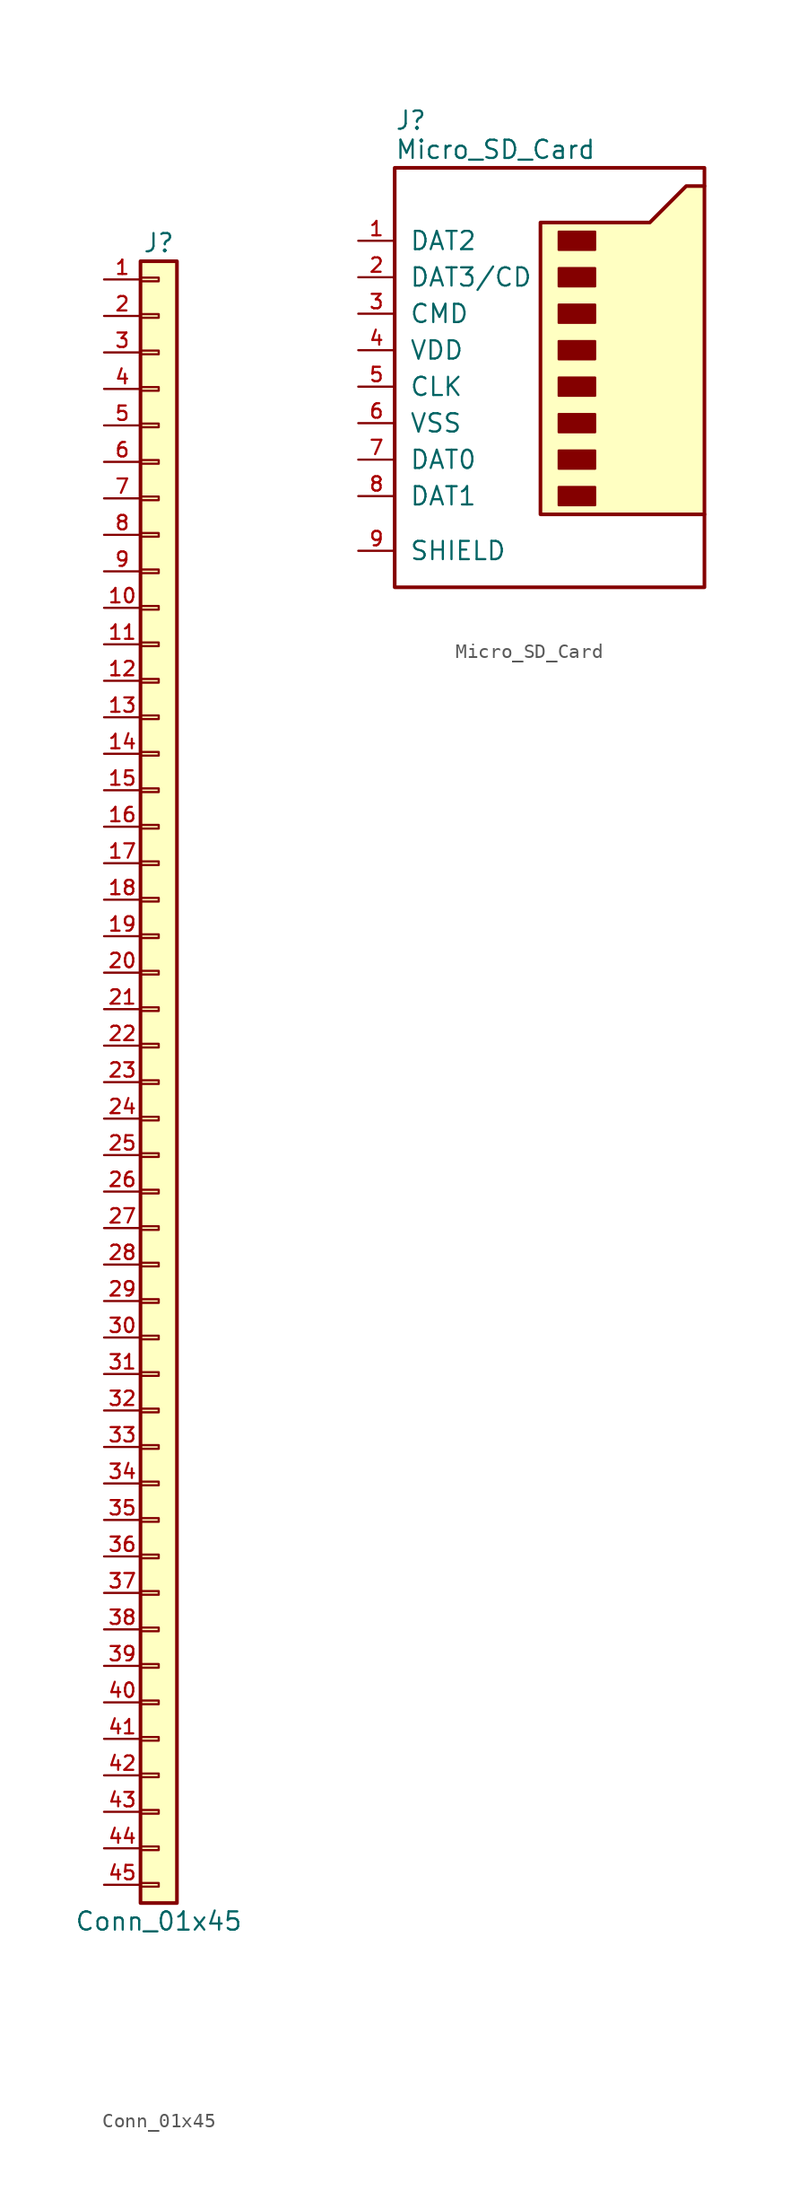
<source format=kicad_sym>
(kicad_symbol_lib
  (version 20231120)
  (generator "kicad_symbol_editor")
  (generator_version "8.0")
  (symbol "Conn_01x45"
    (pin_names
      (offset 1.016) hide)
    (property "Reference" "J"
      (at 1.27 50.8 0)
      (effects (font (size 1.27 1.27))))
    (property "Value" "Conn_01x45"
      (at 1.27 -66.04 0)
      (effects (font (size 1.27 1.27))))
    (symbol "Conn_01x45_1_1"
      (rectangle (start 0 -63.373) (end 1.27 -63.627) (stroke (width 0.152) (type default)) (fill (type none)))
      (rectangle (start 0 -60.833) (end 1.27 -61.087) (stroke (width 0.152) (type default)) (fill (type none)))
      (rectangle (start 0 -58.293) (end 1.27 -58.547) (stroke (width 0.152) (type default)) (fill (type none)))
      (rectangle (start 0 -55.753) (end 1.27 -56.007) (stroke (width 0.152) (type default)) (fill (type none)))
      (rectangle (start 0 -53.213) (end 1.27 -53.467) (stroke (width 0.152) (type default)) (fill (type none)))
      (rectangle (start 0 -50.673) (end 1.27 -50.927) (stroke (width 0.152) (type default)) (fill (type none)))
      (rectangle (start 0 -48.133) (end 1.27 -48.387) (stroke (width 0.152) (type default)) (fill (type none)))
      (rectangle (start 0 -45.593) (end 1.27 -45.847) (stroke (width 0.152) (type default)) (fill (type none)))
      (rectangle (start 0 -43.053) (end 1.27 -43.307) (stroke (width 0.152) (type default)) (fill (type none)))
      (rectangle (start 0 -40.513) (end 1.27 -40.767) (stroke (width 0.152) (type default)) (fill (type none)))
      (rectangle (start 0 -37.973) (end 1.27 -38.227) (stroke (width 0.152) (type default)) (fill (type none)))
      (rectangle (start 0 -35.433) (end 1.27 -35.687) (stroke (width 0.152) (type default)) (fill (type none)))
      (rectangle (start 0 -32.893) (end 1.27 -33.147) (stroke (width 0.152) (type default)) (fill (type none)))
      (rectangle (start 0 -30.353) (end 1.27 -30.607) (stroke (width 0.152) (type default)) (fill (type none)))
      (rectangle (start 0 -27.813) (end 1.27 -28.067) (stroke (width 0.152) (type default)) (fill (type none)))
      (rectangle (start 0 -25.273) (end 1.27 -25.527) (stroke (width 0.152) (type default)) (fill (type none)))
      (rectangle (start 0 -22.733) (end 1.27 -22.987) (stroke (width 0.152) (type default)) (fill (type none)))
      (rectangle (start 0 -20.193) (end 1.27 -20.447) (stroke (width 0.152) (type default)) (fill (type none)))
      (rectangle (start 0 -17.653) (end 1.27 -17.907) (stroke (width 0.152) (type default)) (fill (type none)))
      (rectangle (start 0 -15.113) (end 1.27 -15.367) (stroke (width 0.152) (type default)) (fill (type none)))
      (rectangle (start 0 -12.573) (end 1.27 -12.827) (stroke (width 0.152) (type default)) (fill (type none)))
      (rectangle (start 0 -10.033) (end 1.27 -10.287) (stroke (width 0.152) (type default)) (fill (type none)))
      (rectangle (start 0 -7.493) (end 1.27 -7.747) (stroke (width 0.152) (type default)) (fill (type none)))
      (rectangle (start 0 -4.953) (end 1.27 -5.207) (stroke (width 0.152) (type default)) (fill (type none)))
      (rectangle (start 0 -2.413) (end 1.27 -2.667) (stroke (width 0.152) (type default)) (fill (type none)))
      (rectangle (start 0 0.127) (end 1.27 -0.127) (stroke (width 0.152) (type default)) (fill (type none)))
      (rectangle (start 0 2.667) (end 1.27 2.413) (stroke (width 0.152) (type default)) (fill (type none)))
      (rectangle (start 0 5.207) (end 1.27 4.953) (stroke (width 0.152) (type default)) (fill (type none)))
      (rectangle (start 0 7.747) (end 1.27 7.493) (stroke (width 0.152) (type default)) (fill (type none)))
      (rectangle (start 0 10.287) (end 1.27 10.033) (stroke (width 0.152) (type default)) (fill (type none)))
      (rectangle (start 0 12.827) (end 1.27 12.573) (stroke (width 0.152) (type default)) (fill (type none)))
      (rectangle (start 0 15.367) (end 1.27 15.113) (stroke (width 0.152) (type default)) (fill (type none)))
      (rectangle (start 0 17.907) (end 1.27 17.653) (stroke (width 0.152) (type default)) (fill (type none)))
      (rectangle (start 0 20.447) (end 1.27 20.193) (stroke (width 0.152) (type default)) (fill (type none)))
      (rectangle (start 0 22.987) (end 1.27 22.733) (stroke (width 0.152) (type default)) (fill (type none)))
      (rectangle (start 0 25.527) (end 1.27 25.273) (stroke (width 0.152) (type default)) (fill (type none)))
      (rectangle (start 0 28.067) (end 1.27 27.813) (stroke (width 0.152) (type default)) (fill (type none)))
      (rectangle (start 0 30.607) (end 1.27 30.353) (stroke (width 0.152) (type default)) (fill (type none)))
      (rectangle (start 0 33.147) (end 1.27 32.893) (stroke (width 0.152) (type default)) (fill (type none)))
      (rectangle (start 0 35.687) (end 1.27 35.433) (stroke (width 0.152) (type default)) (fill (type none)))
      (rectangle (start 0 38.227) (end 1.27 37.973) (stroke (width 0.152) (type default)) (fill (type none)))
      (rectangle (start 0 40.767) (end 1.27 40.513) (stroke (width 0.152) (type default)) (fill (type none)))
      (rectangle (start 0 43.307) (end 1.27 43.053) (stroke (width 0.152) (type default)) (fill (type none)))
      (rectangle (start 0 45.847) (end 1.27 45.593) (stroke (width 0.152) (type default)) (fill (type none)))
      (rectangle (start 0 48.387) (end 1.27 48.133) (stroke (width 0.152) (type default)) (fill (type none)))
      (rectangle (start 0 49.53) (end 2.54 -64.77) (stroke (width 0.254) (type default)) (fill (type background)))
      (pin passive line (at -2.54 48.26 0) (length 2.54) (name "Pin_1" (effects (font (size 1.27 1.27)))) (number "1" (effects (font (size 1 1)))))
      (pin passive line (at -2.54 25.4 0) (length 2.54) (name "Pin_10" (effects (font (size 1.27 1.27)))) (number "10" (effects (font (size 1 1)))))
      (pin passive line (at -2.54 22.86 0) (length 2.54) (name "Pin_11" (effects (font (size 1.27 1.27)))) (number "11" (effects (font (size 1 1)))))
      (pin passive line (at -2.54 20.32 0) (length 2.54) (name "Pin_12" (effects (font (size 1.27 1.27)))) (number "12" (effects (font (size 1 1)))))
      (pin passive line (at -2.54 17.78 0) (length 2.54) (name "Pin_13" (effects (font (size 1.27 1.27)))) (number "13" (effects (font (size 1 1)))))
      (pin passive line (at -2.54 15.24 0) (length 2.54) (name "Pin_14" (effects (font (size 1.27 1.27)))) (number "14" (effects (font (size 1 1)))))
      (pin passive line (at -2.54 12.7 0) (length 2.54) (name "Pin_15" (effects (font (size 1.27 1.27)))) (number "15" (effects (font (size 1 1)))))
      (pin passive line (at -2.54 10.16 0) (length 2.54) (name "Pin_16" (effects (font (size 1.27 1.27)))) (number "16" (effects (font (size 1 1)))))
      (pin passive line (at -2.54 7.62 0) (length 2.54) (name "Pin_17" (effects (font (size 1.27 1.27)))) (number "17" (effects (font (size 1 1)))))
      (pin passive line (at -2.54 5.08 0) (length 2.54) (name "Pin_18" (effects (font (size 1.27 1.27)))) (number "18" (effects (font (size 1 1)))))
      (pin passive line (at -2.54 2.54 0) (length 2.54) (name "Pin_19" (effects (font (size 1.27 1.27)))) (number "19" (effects (font (size 1 1)))))
      (pin passive line (at -2.54 45.72 0) (length 2.54) (name "Pin_2" (effects (font (size 1.27 1.27)))) (number "2" (effects (font (size 1 1)))))
      (pin passive line (at -2.54 0 0) (length 2.54) (name "Pin_20" (effects (font (size 1.27 1.27)))) (number "20" (effects (font (size 1 1)))))
      (pin passive line (at -2.54 -2.54 0) (length 2.54) (name "Pin_21" (effects (font (size 1.27 1.27)))) (number "21" (effects (font (size 1 1)))))
      (pin passive line (at -2.54 -5.08 0) (length 2.54) (name "Pin_22" (effects (font (size 1.27 1.27)))) (number "22" (effects (font (size 1 1)))))
      (pin passive line (at -2.54 -7.62 0) (length 2.54) (name "Pin_23" (effects (font (size 1.27 1.27)))) (number "23" (effects (font (size 1 1)))))
      (pin passive line (at -2.54 -10.16 0) (length 2.54) (name "Pin_24" (effects (font (size 1.27 1.27)))) (number "24" (effects (font (size 1 1)))))
      (pin passive line (at -2.54 -12.7 0) (length 2.54) (name "Pin_25" (effects (font (size 1.27 1.27)))) (number "25" (effects (font (size 1 1)))))
      (pin passive line (at -2.54 -15.24 0) (length 2.54) (name "Pin_26" (effects (font (size 1.27 1.27)))) (number "26" (effects (font (size 1 1)))))
      (pin passive line (at -2.54 -17.78 0) (length 2.54) (name "Pin_27" (effects (font (size 1.27 1.27)))) (number "27" (effects (font (size 1 1)))))
      (pin passive line (at -2.54 -20.32 0) (length 2.54) (name "Pin_28" (effects (font (size 1.27 1.27)))) (number "28" (effects (font (size 1 1)))))
      (pin passive line (at -2.54 -22.86 0) (length 2.54) (name "Pin_29" (effects (font (size 1.27 1.27)))) (number "29" (effects (font (size 1 1)))))
      (pin passive line (at -2.54 43.18 0) (length 2.54) (name "Pin_3" (effects (font (size 1.27 1.27)))) (number "3" (effects (font (size 1 1)))))
      (pin passive line (at -2.54 -25.4 0) (length 2.54) (name "Pin_30" (effects (font (size 1.27 1.27)))) (number "30" (effects (font (size 1 1)))))
      (pin passive line (at -2.54 -27.94 0) (length 2.54) (name "Pin_31" (effects (font (size 1.27 1.27)))) (number "31" (effects (font (size 1 1)))))
      (pin passive line (at -2.54 -30.48 0) (length 2.54) (name "Pin_32" (effects (font (size 1.27 1.27)))) (number "32" (effects (font (size 1 1)))))
      (pin passive line (at -2.54 -33.02 0) (length 2.54) (name "Pin_33" (effects (font (size 1.27 1.27)))) (number "33" (effects (font (size 1 1)))))
      (pin passive line (at -2.54 -35.56 0) (length 2.54) (name "Pin_34" (effects (font (size 1.27 1.27)))) (number "34" (effects (font (size 1 1)))))
      (pin passive line (at -2.54 -38.1 0) (length 2.54) (name "Pin_35" (effects (font (size 1.27 1.27)))) (number "35" (effects (font (size 1 1)))))
      (pin passive line (at -2.54 -40.64 0) (length 2.54) (name "Pin_36" (effects (font (size 1.27 1.27)))) (number "36" (effects (font (size 1 1)))))
      (pin passive line (at -2.54 -43.18 0) (length 2.54) (name "Pin_37" (effects (font (size 1.27 1.27)))) (number "37" (effects (font (size 1 1)))))
      (pin passive line (at -2.54 -45.72 0) (length 2.54) (name "Pin_38" (effects (font (size 1.27 1.27)))) (number "38" (effects (font (size 1 1)))))
      (pin passive line (at -2.54 -48.26 0) (length 2.54) (name "Pin_39" (effects (font (size 1.27 1.27)))) (number "39" (effects (font (size 1 1)))))
      (pin passive line (at -2.54 40.64 0) (length 2.54) (name "Pin_4" (effects (font (size 1.27 1.27)))) (number "4" (effects (font (size 1 1)))))
      (pin passive line (at -2.54 -50.8 0) (length 2.54) (name "Pin_40" (effects (font (size 1.27 1.27)))) (number "40" (effects (font (size 1 1)))))
      (pin passive line (at -2.54 -53.34 0) (length 2.54) (name "Pin_41" (effects (font (size 1.27 1.27)))) (number "41" (effects (font (size 1 1)))))
      (pin passive line (at -2.54 -55.88 0) (length 2.54) (name "Pin_42" (effects (font (size 1.27 1.27)))) (number "42" (effects (font (size 1 1)))))
      (pin passive line (at -2.54 -58.42 0) (length 2.54) (name "Pin_43" (effects (font (size 1.27 1.27)))) (number "43" (effects (font (size 1 1)))))
      (pin passive line (at -2.54 -60.96 0) (length 2.54) (name "Pin_44" (effects (font (size 1.27 1.27)))) (number "44" (effects (font (size 1 1)))))
      (pin passive line (at -2.54 -63.5 0) (length 2.54) (name "Pin_45" (effects (font (size 1.27 1.27)))) (number "45" (effects (font (size 1 1)))))
      (pin passive line (at -2.54 38.1 0) (length 2.54) (name "Pin_5" (effects (font (size 1.27 1.27)))) (number "5" (effects (font (size 1 1)))))
      (pin passive line (at -2.54 35.56 0) (length 2.54) (name "Pin_6" (effects (font (size 1.27 1.27)))) (number "6" (effects (font (size 1 1)))))
      (pin passive line (at -2.54 33.02 0) (length 2.54) (name "Pin_7" (effects (font (size 1.27 1.27)))) (number "7" (effects (font (size 1 1)))))
      (pin passive line (at -2.54 30.48 0) (length 2.54) (name "Pin_8" (effects (font (size 1.27 1.27)))) (number "8" (effects (font (size 1 1)))))
      (pin passive line (at -2.54 27.94 0) (length 2.54) (name "Pin_9" (effects (font (size 1.27 1.27)))) (number "9" (effects (font (size 1 1)))))))
  (symbol "Micro_SD_Card"
    (pin_names
      (offset 1.016))
    (property "Reference" "J"
      (at -12.7 17.272 0)
      (effects (font (size 1.27 1.27)) (justify left)))
    (property "Value" "Micro_SD_Card"
      (at -12.7 15.24 0)
      (effects (font (size 1.27 1.27)) (justify left)))
    (symbol "Micro_SD_Card_0_1"
      (rectangle (start -1.27 -8.255) (end 1.27 -9.525) (stroke (width 0) (type default)) (fill (type outline)))
      (rectangle (start -1.27 -5.715) (end 1.27 -6.985) (stroke (width 0) (type default)) (fill (type outline)))
      (rectangle (start -1.27 -3.175) (end 1.27 -4.445) (stroke (width 0) (type default)) (fill (type outline)))
      (rectangle (start -1.27 -0.635) (end 1.27 -1.905) (stroke (width 0) (type default)) (fill (type outline)))
      (rectangle (start -1.27 1.905) (end 1.27 0.635) (stroke (width 0) (type default)) (fill (type outline)))
      (rectangle (start -1.27 4.445) (end 1.27 3.175) (stroke (width 0) (type default)) (fill (type outline)))
      (rectangle (start -1.27 6.985) (end 1.27 5.715) (stroke (width 0) (type default)) (fill (type outline)))
      (rectangle (start -1.27 9.525) (end 1.27 8.255) (stroke (width 0) (type default)) (fill (type outline)))
      (polyline (pts (xy 8.89 12.7) (xy 8.89 13.97) (xy -12.7 13.97) (xy -12.7 -15.24) (xy 8.89 -15.24) (xy 8.89 -10.16)) (stroke (width 0.254) (type default)) (fill (type none)))
      (polyline (pts (xy -2.54 -10.16) (xy -2.54 10.16) (xy 5.08 10.16) (xy 7.62 12.7) (xy 8.89 12.7) (xy 8.89 -10.16) (xy -2.54 -10.16)) (stroke (width 0.254) (type default)) (fill (type background))))
    (symbol "Micro_SD_Card_1_1"
      (pin bidirectional line (at -15.24 8.89 0) (length 2.54) (name "DAT2" (effects (font (size 1.27 1.27)))) (number "1" (effects (font (size 1 1)))))
      (pin bidirectional line (at -15.24 6.35 0) (length 2.54) (name "DAT3/CD" (effects (font (size 1.27 1.27)))) (number "2" (effects (font (size 1 1)))))
      (pin input line (at -15.24 3.81 0) (length 2.54) (name "CMD" (effects (font (size 1.27 1.27)))) (number "3" (effects (font (size 1 1)))))
      (pin power_in line (at -15.24 1.27 0) (length 2.54) (name "VDD" (effects (font (size 1.27 1.27)))) (number "4" (effects (font (size 1 1)))))
      (pin input line (at -15.24 -1.27 0) (length 2.54) (name "CLK" (effects (font (size 1.27 1.27)))) (number "5" (effects (font (size 1 1)))))
      (pin power_in line (at -15.24 -3.81 0) (length 2.54) (name "VSS" (effects (font (size 1.27 1.27)))) (number "6" (effects (font (size 1 1)))))
      (pin bidirectional line (at -15.24 -6.35 0) (length 2.54) (name "DAT0" (effects (font (size 1.27 1.27)))) (number "7" (effects (font (size 1 1)))))
      (pin bidirectional line (at -15.24 -8.89 0) (length 2.54) (name "DAT1" (effects (font (size 1.27 1.27)))) (number "8" (effects (font (size 1 1)))))
      (pin passive line (at -15.24 -12.7 0) (length 2.54) (name "SHIELD" (effects (font (size 1.27 1.27)))) (number "9" (effects (font (size 1 1))))))))
</source>
